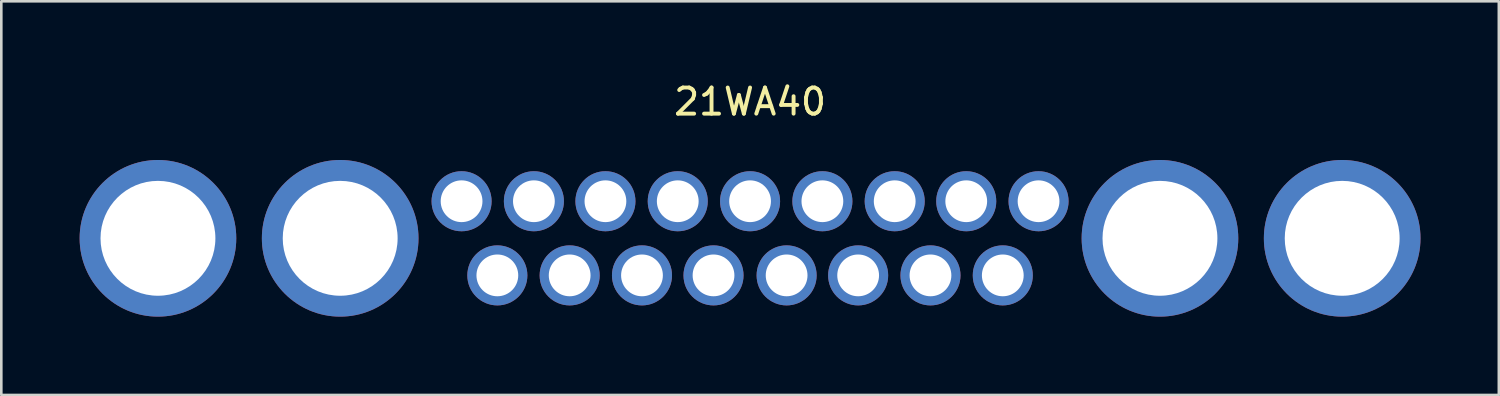
<source format=kicad_pcb>
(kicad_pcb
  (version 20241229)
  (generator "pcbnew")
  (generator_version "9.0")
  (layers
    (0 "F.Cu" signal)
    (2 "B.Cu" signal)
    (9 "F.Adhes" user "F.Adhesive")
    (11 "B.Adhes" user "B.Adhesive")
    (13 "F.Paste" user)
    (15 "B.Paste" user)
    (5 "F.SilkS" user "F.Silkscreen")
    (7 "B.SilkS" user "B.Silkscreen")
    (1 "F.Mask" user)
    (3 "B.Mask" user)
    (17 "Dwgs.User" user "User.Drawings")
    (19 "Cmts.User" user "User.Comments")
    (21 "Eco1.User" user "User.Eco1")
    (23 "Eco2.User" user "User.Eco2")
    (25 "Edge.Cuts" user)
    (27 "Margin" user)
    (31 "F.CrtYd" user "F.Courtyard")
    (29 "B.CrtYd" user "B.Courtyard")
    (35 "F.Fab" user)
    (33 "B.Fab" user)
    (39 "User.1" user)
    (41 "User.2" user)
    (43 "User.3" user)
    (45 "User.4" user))
  (footprint "21WA40"
    (layer "F.Cu")
    (at 25.68 4.658)
    (property "Reference" "21WA40" (at 0 -3.81 0) (layer "F.SilkS") (effects (font (size 1 1) (thickness 0.15))))
    (attr through_hole)
    (pad "1" thru_hole circle (at -11.05 0) (size 2.3 2.3) (drill 1.6) (layers "*.Cu" "*.Mask"))
    (pad "2" thru_hole circle (at -8.28 0) (size 2.3 2.3) (drill 1.6) (layers "*.Cu" "*.Mask"))
    (pad "3" thru_hole circle (at -5.54 0) (size 2.3 2.3) (drill 1.6) (layers "*.Cu" "*.Mask"))
    (pad "4" thru_hole circle (at -2.77 0) (size 2.3 2.3) (drill 1.6) (layers "*.Cu" "*.Mask"))
    (pad "5" thru_hole circle (at 0 0) (size 2.3 2.3) (drill 1.6) (layers "*.Cu" "*.Mask"))
    (pad "6" thru_hole circle (at 2.77 0) (size 2.3 2.3) (drill 1.6) (layers "*.Cu" "*.Mask"))
    (pad "7" thru_hole circle (at 5.54 0) (size 2.3 2.3) (drill 1.6) (layers "*.Cu" "*.Mask"))
    (pad "8" thru_hole circle (at 8.28 0) (size 2.3 2.3) (drill 1.6) (layers "*.Cu" "*.Mask"))
    (pad "9" thru_hole circle (at 11.05 0) (size 2.3 2.3) (drill 1.6) (layers "*.Cu" "*.Mask"))
    (pad "10" thru_hole circle (at 9.68 2.84) (size 2.3 2.3) (drill 1.6) (layers "*.Cu" "*.Mask"))
    (pad "11" thru_hole circle (at 6.91 2.84) (size 2.3 2.3) (drill 1.6) (layers "*.Cu" "*.Mask"))
    (pad "12" thru_hole circle (at 4.14 2.84) (size 2.3 2.3) (drill 1.6) (layers "*.Cu" "*.Mask"))
    (pad "13" thru_hole circle (at 1.4 2.84) (size 2.3 2.3) (drill 1.6) (layers "*.Cu" "*.Mask"))
    (pad "14" thru_hole circle (at -1.4 2.84) (size 2.3 2.3) (drill 1.6) (layers "*.Cu" "*.Mask"))
    (pad "15" thru_hole circle (at -4.14 2.84) (size 2.3 2.3) (drill 1.6) (layers "*.Cu" "*.Mask"))
    (pad "16" thru_hole circle (at -6.91 2.84) (size 2.3 2.3) (drill 1.6) (layers "*.Cu" "*.Mask"))
    (pad "17" thru_hole circle (at -9.68 2.84) (size 2.3 2.3) (drill 1.6) (layers "*.Cu" "*.Mask"))
    (pad "18" thru_hole circle (at -22.68 1.42) (size 6 6) (drill 4.4) (layers "*.Cu" "*.Mask"))
    (pad "19" thru_hole circle (at -15.7 1.42) (size 6 6) (drill 4.4) (layers "*.Cu" "*.Mask"))
    (pad "20" thru_hole circle (at 15.7 1.42) (size 6 6) (drill 4.4) (layers "*.Cu" "*.Mask"))
    (pad "21" thru_hole circle (at 22.68 1.42) (size 6 6) (drill 4.4) (layers "*.Cu" "*.Mask")))
  (gr_rect
    (start -3 -3)
    (end 54.36 12.078)
    (stroke (width 0.1) (type default))
    (fill no)
    (layer "Edge.Cuts")))
</source>
